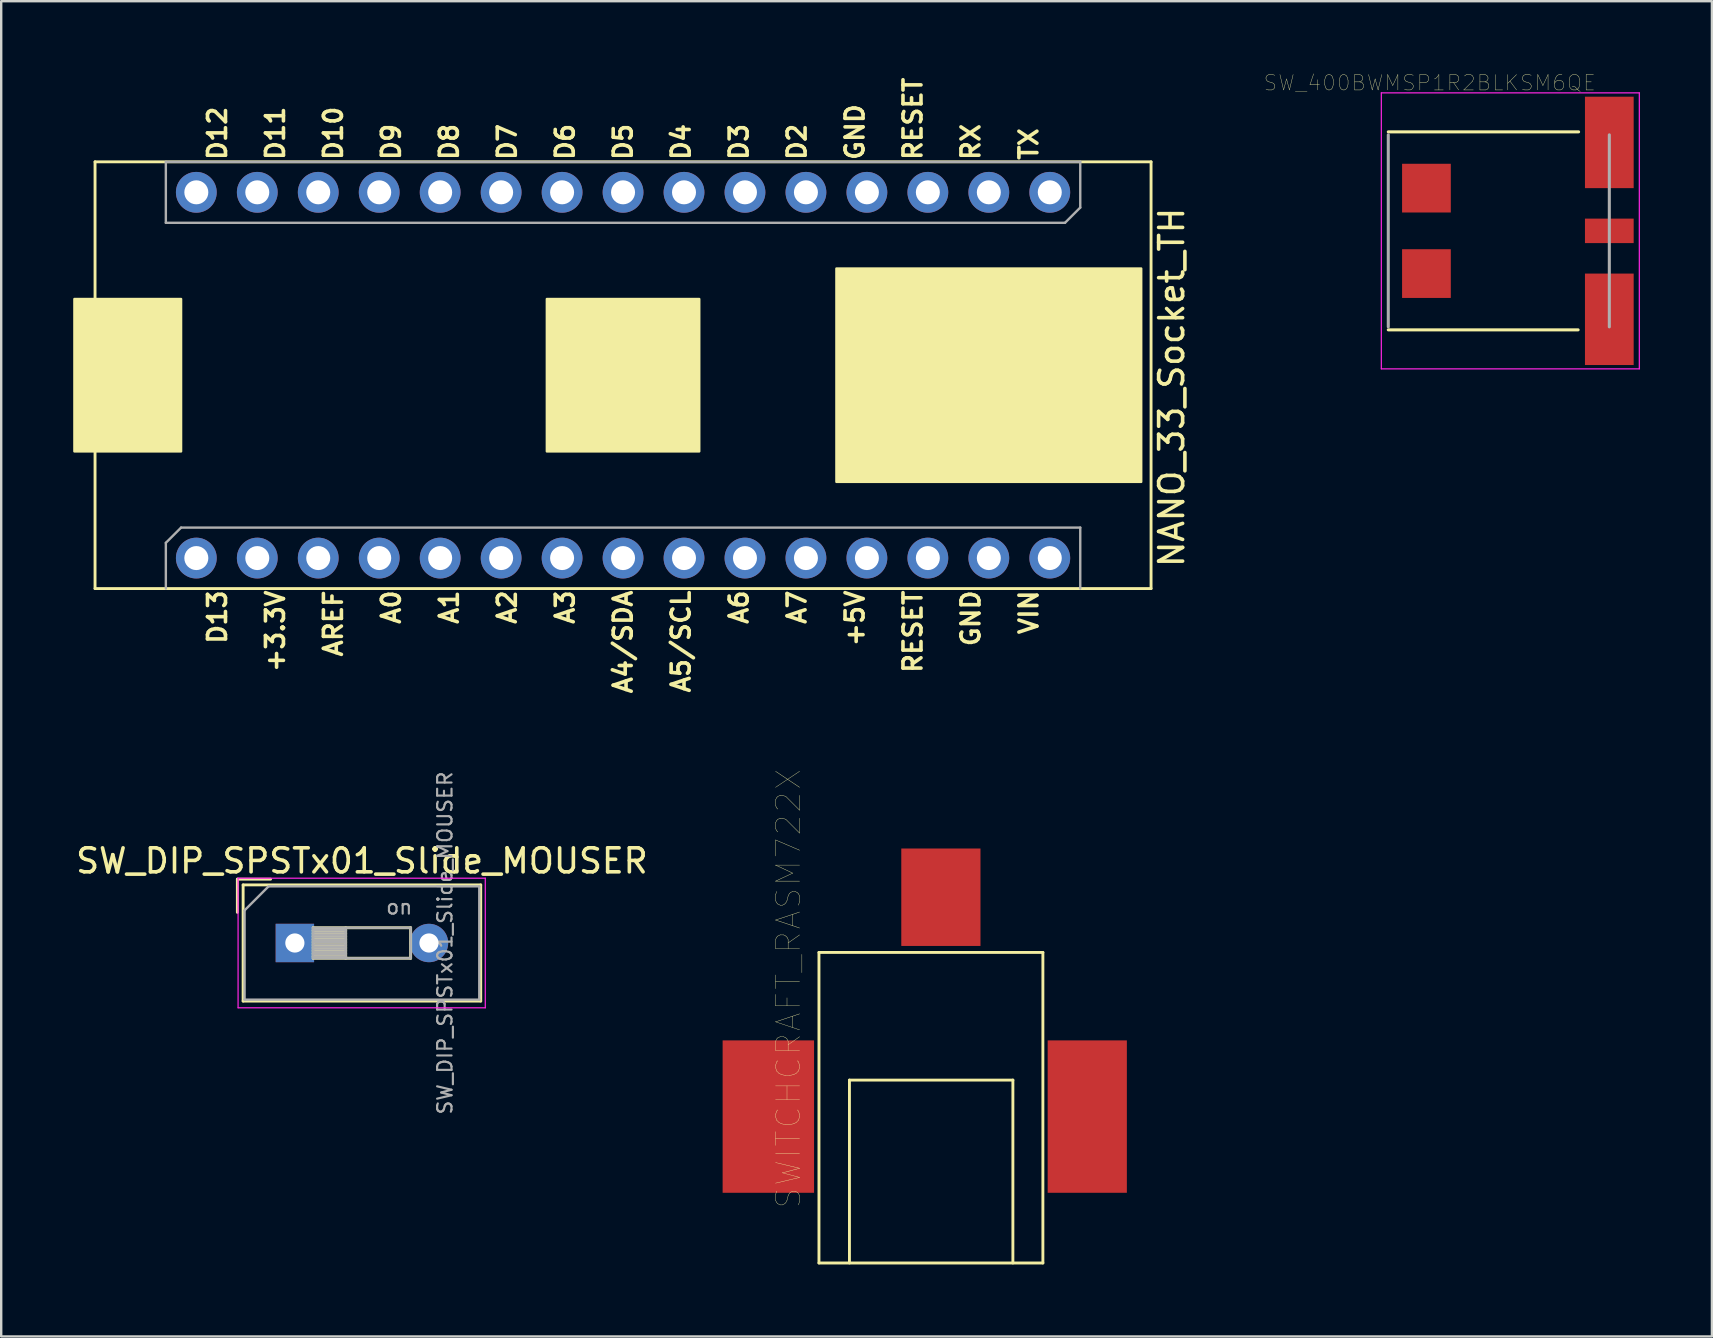
<source format=kicad_pcb>
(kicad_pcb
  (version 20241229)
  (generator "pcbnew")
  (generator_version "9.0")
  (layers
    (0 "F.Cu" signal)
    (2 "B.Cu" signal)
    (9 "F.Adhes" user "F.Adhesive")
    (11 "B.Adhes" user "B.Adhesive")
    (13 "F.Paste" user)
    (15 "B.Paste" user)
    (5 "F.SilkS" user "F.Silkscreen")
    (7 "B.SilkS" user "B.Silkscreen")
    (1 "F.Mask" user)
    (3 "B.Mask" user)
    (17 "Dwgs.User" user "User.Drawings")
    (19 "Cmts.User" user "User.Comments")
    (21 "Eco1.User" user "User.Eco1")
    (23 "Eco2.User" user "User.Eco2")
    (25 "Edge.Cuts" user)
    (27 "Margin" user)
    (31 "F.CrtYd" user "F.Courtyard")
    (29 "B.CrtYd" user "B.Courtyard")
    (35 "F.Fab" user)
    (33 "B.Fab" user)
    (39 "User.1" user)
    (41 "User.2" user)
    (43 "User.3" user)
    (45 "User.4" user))
  (footprint "SW_DIP_SPSTx01_Slide_MOUSER"
    (layer "F.Cu")
    (at 8.22 36.241)
    (property "Reference" "SW_DIP_SPSTx01_Slide_MOUSER" (at 3.81 -3.42 0) (layer "F.SilkS") (effects (font (size 1 1) (thickness 0.15))))
    (attr through_hole)
    (fp_line (start -1.38 -2.66) (end -1.38 -1.277) (stroke (width 0.12) (type solid)) (layer "F.SilkS"))
    (fp_line (start -1.38 -2.66) (end 0.004 -2.66) (stroke (width 0.12) (type solid)) (layer "F.SilkS"))
    (fp_line (start -1.14 -2.42) (end -1.14 2.42) (stroke (width 0.12) (type solid)) (layer "F.SilkS"))
    (fp_line (start -1.14 -2.42) (end 8.76 -2.42) (stroke (width 0.12) (type solid)) (layer "F.SilkS"))
    (fp_line (start -1.14 2.42) (end 8.76 2.42) (stroke (width 0.12) (type solid)) (layer "F.SilkS"))
    (fp_line (start 1.78 -0.635) (end 1.78 0.635) (stroke (width 0.12) (type solid)) (layer "F.SilkS"))
    (fp_line (start 1.78 -0.515) (end 3.133 -0.515) (stroke (width 0.12) (type solid)) (layer "F.SilkS"))
    (fp_line (start 1.78 -0.395) (end 3.133 -0.395) (stroke (width 0.12) (type solid)) (layer "F.SilkS"))
    (fp_line (start 1.78 -0.275) (end 3.133 -0.275) (stroke (width 0.12) (type solid)) (layer "F.SilkS"))
    (fp_line (start 1.78 -0.155) (end 3.133 -0.155) (stroke (width 0.12) (type solid)) (layer "F.SilkS"))
    (fp_line (start 1.78 -0.035) (end 3.133 -0.035) (stroke (width 0.12) (type solid)) (layer "F.SilkS"))
    (fp_line (start 1.78 0.085) (end 3.133 0.085) (stroke (width 0.12) (type solid)) (layer "F.SilkS"))
    (fp_line (start 1.78 0.205) (end 3.133 0.205) (stroke (width 0.12) (type solid)) (layer "F.SilkS"))
    (fp_line (start 1.78 0.325) (end 3.133 0.325) (stroke (width 0.12) (type solid)) (layer "F.SilkS"))
    (fp_line (start 1.78 0.445) (end 3.133 0.445) (stroke (width 0.12) (type solid)) (layer "F.SilkS"))
    (fp_line (start 1.78 0.565) (end 3.133 0.565) (stroke (width 0.12) (type solid)) (layer "F.SilkS"))
    (fp_line (start 1.78 0.635) (end 5.84 0.635) (stroke (width 0.12) (type solid)) (layer "F.SilkS"))
    (fp_line (start 3.133 -0.635) (end 3.133 0.635) (stroke (width 0.12) (type solid)) (layer "F.SilkS"))
    (fp_line (start 5.84 -0.635) (end 1.78 -0.635) (stroke (width 0.12) (type solid)) (layer "F.SilkS"))
    (fp_line (start 5.84 0.635) (end 5.84 -0.635) (stroke (width 0.12) (type solid)) (layer "F.SilkS"))
    (fp_line (start 8.76 -2.42) (end 8.76 2.42) (stroke (width 0.12) (type solid)) (layer "F.SilkS"))
    (fp_line (start -1.35 -2.7) (end -1.35 2.7) (stroke (width 0.05) (type solid)) (layer "F.CrtYd"))
    (fp_line (start -1.35 2.7) (end 8.95 2.7) (stroke (width 0.05) (type solid)) (layer "F.CrtYd"))
    (fp_line (start 8.95 -2.7) (end -1.35 -2.7) (stroke (width 0.05) (type solid)) (layer "F.CrtYd"))
    (fp_line (start 8.95 2.7) (end 8.95 -2.7) (stroke (width 0.05) (type solid)) (layer "F.CrtYd"))
    (fp_line (start -1.08 -1.36) (end -0.08 -2.36) (stroke (width 0.1) (type solid)) (layer "F.Fab"))
    (fp_line (start -1.08 2.36) (end -1.08 -1.36) (stroke (width 0.1) (type solid)) (layer "F.Fab"))
    (fp_line (start -0.08 -2.36) (end 8.7 -2.36) (stroke (width 0.1) (type solid)) (layer "F.Fab"))
    (fp_line (start 1.78 -0.635) (end 1.78 0.635) (stroke (width 0.1) (type solid)) (layer "F.Fab"))
    (fp_line (start 1.78 -0.535) (end 3.133 -0.535) (stroke (width 0.1) (type solid)) (layer "F.Fab"))
    (fp_line (start 1.78 -0.435) (end 3.133 -0.435) (stroke (width 0.1) (type solid)) (layer "F.Fab"))
    (fp_line (start 1.78 -0.335) (end 3.133 -0.335) (stroke (width 0.1) (type solid)) (layer "F.Fab"))
    (fp_line (start 1.78 -0.235) (end 3.133 -0.235) (stroke (width 0.1) (type solid)) (layer "F.Fab"))
    (fp_line (start 1.78 -0.135) (end 3.133 -0.135) (stroke (width 0.1) (type solid)) (layer "F.Fab"))
    (fp_line (start 1.78 -0.035) (end 3.133 -0.035) (stroke (width 0.1) (type solid)) (layer "F.Fab"))
    (fp_line (start 1.78 0.065) (end 3.133 0.065) (stroke (width 0.1) (type solid)) (layer "F.Fab"))
    (fp_line (start 1.78 0.165) (end 3.133 0.165) (stroke (width 0.1) (type solid)) (layer "F.Fab"))
    (fp_line (start 1.78 0.265) (end 3.133 0.265) (stroke (width 0.1) (type solid)) (layer "F.Fab"))
    (fp_line (start 1.78 0.365) (end 3.133 0.365) (stroke (width 0.1) (type solid)) (layer "F.Fab"))
    (fp_line (start 1.78 0.465) (end 3.133 0.465) (stroke (width 0.1) (type solid)) (layer "F.Fab"))
    (fp_line (start 1.78 0.565) (end 3.133 0.565) (stroke (width 0.1) (type solid)) (layer "F.Fab"))
    (fp_line (start 1.78 0.635) (end 5.84 0.635) (stroke (width 0.1) (type solid)) (layer "F.Fab"))
    (fp_line (start 3.133 -0.635) (end 3.133 0.635) (stroke (width 0.1) (type solid)) (layer "F.Fab"))
    (fp_line (start 5.84 -0.635) (end 1.78 -0.635) (stroke (width 0.1) (type solid)) (layer "F.Fab"))
    (fp_line (start 5.84 0.635) (end 5.84 -0.635) (stroke (width 0.1) (type solid)) (layer "F.Fab"))
    (fp_line (start 8.7 -2.36) (end 8.7 2.36) (stroke (width 0.1) (type solid)) (layer "F.Fab"))
    (fp_line (start 8.7 2.36) (end -1.08 2.36) (stroke (width 0.1) (type solid)) (layer "F.Fab"))
    (fp_text user "${REFERENCE}" (at 7.27 0 90) (layer "F.Fab") (effects (font (size 0.6 0.6) (thickness 0.09))))
    (fp_text user "on" (at 5.365 -1.498 0) (layer "F.Fab") (effects (font (size 0.6 0.6) (thickness 0.09))))
    (pad "1" thru_hole rect (at 1.016 0) (size 1.6 1.6) (drill 0.8) (layers "*.Cu" "*.Mask"))
    (pad "2" thru_hole oval (at 6.604 0) (size 1.6 1.6) (drill 0.8) (layers "*.Cu" "*.Mask")))
  (footprint "SW_400BWMSP1R2BLKSM6QE"
    (layer "F.Cu")
    (at 64.004 6.569)
    (property "Reference" "SW_400BWMSP1R2BLKSM6QE" (at -7.482 -6.168 0) (layer "F.SilkS") (effects (font (size 0.641 0.641) (thickness 0.015))))
    (attr through_hole)
    (fp_line (start -9.21 4.125) (end -1.3 4.125) (stroke (width 0.127) (type solid)) (layer "F.SilkS"))
    (fp_line (start -1.28 -4.125) (end -9.21 -4.125) (stroke (width 0.127) (type solid)) (layer "F.SilkS"))
    (fp_line (start -9.5 -5.75) (end -9.5 5.75) (stroke (width 0.05) (type solid)) (layer "F.CrtYd"))
    (fp_line (start -9.5 5.75) (end 1.25 5.75) (stroke (width 0.05) (type solid)) (layer "F.CrtYd"))
    (fp_line (start 1.25 -5.75) (end -9.5 -5.75) (stroke (width 0.05) (type solid)) (layer "F.CrtYd"))
    (fp_line (start 1.25 5.75) (end 1.25 -5.75) (stroke (width 0.05) (type solid)) (layer "F.CrtYd"))
    (fp_line (start -9.21 -4) (end -9.21 4) (stroke (width 0.127) (type solid)) (layer "F.Fab"))
    (fp_line (start 0 4) (end 0 -4) (stroke (width 0.127) (type solid)) (layer "F.Fab"))
    (pad "1" smd rect (at 0 3.685) (size 2.03 3.81) (layers "F.Cu" "F.Mask" "F.Paste"))
    (pad "2" smd rect (at 0 0) (size 2.03 1.02) (layers "F.Cu" "F.Mask" "F.Paste"))
    (pad "3" smd rect (at 0 -3.685) (size 2.03 3.81) (layers "F.Cu" "F.Mask" "F.Paste"))
    (pad "P$1" smd rect (at -7.62 -1.78) (size 2.03 2.03) (layers "F.Cu" "F.Mask" "F.Paste"))
    (pad "P$2" smd rect (at -7.62 1.78) (size 2.03 2.03) (layers "F.Cu" "F.Mask" "F.Paste")))
  (footprint "NANO_33_Socket_TH"
    (layer "F.Cu")
    (at 22.91 12.583)
    (property "Reference" "NANO_33_Socket_TH" (at 22.86 0.508 270) (layer "F.SilkS") (effects (font (size 1 1) (thickness 0.15))))
    (attr through_hole)
    (fp_line (start -22 -8.89) (end 22 -8.89) (stroke (width 0.12) (type solid)) (layer "F.SilkS"))
    (fp_line (start -22 8.89) (end -22 -8.89) (stroke (width 0.12) (type solid)) (layer "F.SilkS"))
    (fp_line (start -22 8.89) (end 22 8.89) (stroke (width 0.12) (type solid)) (layer "F.SilkS"))
    (fp_line (start 22 8.89) (end 22 -8.89) (stroke (width 0.12) (type solid)) (layer "F.SilkS"))
    (fp_poly (pts (xy -22.86 3.175) (xy -18.415 3.175) (xy -18.415 -3.175) (xy -22.86 -3.175)) (stroke (width 0.1) (type solid)) (fill yes) (layer "F.SilkS"))
    (fp_poly (pts (xy -3.175 3.175) (xy 3.175 3.175) (xy 3.175 -3.175) (xy -3.175 -3.175)) (stroke (width 0.1) (type solid)) (fill yes) (layer "F.SilkS"))
    (fp_poly (pts (xy 8.89 4.445) (xy 21.59 4.445) (xy 21.59 -4.445) (xy 8.89 -4.445)) (stroke (width 0.1) (type solid)) (fill yes) (layer "F.SilkS"))
    (fp_line (start -19.05 -8.89) (end 19.05 -8.89) (stroke (width 0.1) (type solid)) (layer "F.Fab"))
    (fp_line (start -19.05 -6.35) (end -19.05 -8.89) (stroke (width 0.1) (type solid)) (layer "F.Fab"))
    (fp_line (start -19.05 6.985) (end -18.415 6.35) (stroke (width 0.1) (type solid)) (layer "F.Fab"))
    (fp_line (start -19.05 8.89) (end -19.05 6.985) (stroke (width 0.1) (type solid)) (layer "F.Fab"))
    (fp_line (start -18.415 6.35) (end 19.05 6.35) (stroke (width 0.1) (type solid)) (layer "F.Fab"))
    (fp_line (start 18.415 -6.35) (end -19.05 -6.35) (stroke (width 0.1) (type solid)) (layer "F.Fab"))
    (fp_line (start 19.05 -8.89) (end 19.05 -6.985) (stroke (width 0.1) (type solid)) (layer "F.Fab"))
    (fp_line (start 19.05 -6.985) (end 18.415 -6.35) (stroke (width 0.1) (type solid)) (layer "F.Fab"))
    (fp_line (start 19.05 6.35) (end 19.05 8.89) (stroke (width 0.1) (type solid)) (layer "F.Fab"))
    (fp_text user "D13\n\n+3.3V\n\nAREF\n\nA0\n\nA1\n\nA2\n\nA3\n\nA4/SDA\n\nA5/SCL\n\nA6\n\nA7\n\n+5V\n\nRESET\n\nGND\n\nVIN" (at 0 8.89 90) (layer "F.SilkS") (effects (font (size 0.75 0.75) (thickness 0.15)) (justify right)))
    (fp_text user "D12\n\nD11\n\nD10\n\nD9\n\nD8\n\nD7\n\nD6\n\nD5\n\nD4\n\nD3\n\nD2\n\nGND\n\nRESET\n\nRX\n\nTX" (at 0 -8.89 90) (layer "F.SilkS") (effects (font (size 0.75 0.75) (thickness 0.15)) (justify left)))
    (pad "1" thru_hole circle (at -17.78 7.62 90) (size 1.7 1.7) (drill 1) (layers "*.Cu" "*.Mask"))
    (pad "2" thru_hole oval (at -15.24 7.62 90) (size 1.7 1.7) (drill 1) (layers "*.Cu" "*.Mask"))
    (pad "3" thru_hole oval (at -12.7 7.62 90) (size 1.7 1.7) (drill 1) (layers "*.Cu" "*.Mask"))
    (pad "4" thru_hole oval (at -10.16 7.62 90) (size 1.7 1.7) (drill 1) (layers "*.Cu" "*.Mask"))
    (pad "5" thru_hole oval (at -7.62 7.62 90) (size 1.7 1.7) (drill 1) (layers "*.Cu" "*.Mask"))
    (pad "6" thru_hole oval (at -5.08 7.62 90) (size 1.7 1.7) (drill 1) (layers "*.Cu" "*.Mask"))
    (pad "7" thru_hole oval (at -2.54 7.62 90) (size 1.7 1.7) (drill 1) (layers "*.Cu" "*.Mask"))
    (pad "8" thru_hole oval (at 0 7.62 90) (size 1.7 1.7) (drill 1) (layers "*.Cu" "*.Mask"))
    (pad "9" thru_hole oval (at 2.54 7.62 90) (size 1.7 1.7) (drill 1) (layers "*.Cu" "*.Mask"))
    (pad "10" thru_hole oval (at 5.08 7.62 90) (size 1.7 1.7) (drill 1) (layers "*.Cu" "*.Mask"))
    (pad "11" thru_hole oval (at 7.62 7.62 90) (size 1.7 1.7) (drill 1) (layers "*.Cu" "*.Mask"))
    (pad "12" thru_hole oval (at 10.16 7.62 90) (size 1.7 1.7) (drill 1) (layers "*.Cu" "*.Mask"))
    (pad "13" thru_hole oval (at 12.7 7.62 90) (size 1.7 1.7) (drill 1) (layers "*.Cu" "*.Mask"))
    (pad "14" thru_hole oval (at 15.24 7.62 90) (size 1.7 1.7) (drill 1) (layers "*.Cu" "*.Mask"))
    (pad "15" thru_hole oval (at 17.78 7.62 90) (size 1.7 1.7) (drill 1) (layers "*.Cu" "*.Mask"))
    (pad "16" thru_hole circle (at 17.78 -7.62 270) (size 1.7 1.7) (drill 1) (layers "*.Cu" "*.Mask"))
    (pad "17" thru_hole oval (at 15.24 -7.62 270) (size 1.7 1.7) (drill 1) (layers "*.Cu" "*.Mask"))
    (pad "18" thru_hole oval (at 12.7 -7.62 270) (size 1.7 1.7) (drill 1) (layers "*.Cu" "*.Mask"))
    (pad "19" thru_hole oval (at 10.16 -7.62 270) (size 1.7 1.7) (drill 1) (layers "*.Cu" "*.Mask"))
    (pad "20" thru_hole oval (at 7.62 -7.62 270) (size 1.7 1.7) (drill 1) (layers "*.Cu" "*.Mask"))
    (pad "21" thru_hole oval (at 5.08 -7.62 270) (size 1.7 1.7) (drill 1) (layers "*.Cu" "*.Mask"))
    (pad "22" thru_hole oval (at 2.54 -7.62 270) (size 1.7 1.7) (drill 1) (layers "*.Cu" "*.Mask"))
    (pad "23" thru_hole oval (at 0 -7.62 270) (size 1.7 1.7) (drill 1) (layers "*.Cu" "*.Mask"))
    (pad "24" thru_hole oval (at -2.54 -7.62 270) (size 1.7 1.7) (drill 1) (layers "*.Cu" "*.Mask"))
    (pad "25" thru_hole oval (at -5.08 -7.62 270) (size 1.7 1.7) (drill 1) (layers "*.Cu" "*.Mask"))
    (pad "26" thru_hole oval (at -7.62 -7.62 270) (size 1.7 1.7) (drill 1) (layers "*.Cu" "*.Mask"))
    (pad "27" thru_hole oval (at -10.16 -7.62 270) (size 1.7 1.7) (drill 1) (layers "*.Cu" "*.Mask"))
    (pad "28" thru_hole oval (at -12.7 -7.62 270) (size 1.7 1.7) (drill 1) (layers "*.Cu" "*.Mask"))
    (pad "29" thru_hole oval (at -15.24 -7.62 270) (size 1.7 1.7) (drill 1) (layers "*.Cu" "*.Mask"))
    (pad "30" thru_hole oval (at -17.78 -7.62 270) (size 1.7 1.7) (drill 1) (layers "*.Cu" "*.Mask")))
  (footprint "SWITCHCRAFT_RASM722X"
    (layer "F.Cu")
    (at 36.153 34.334)
    (property "Reference" "SWITCHCRAFT_RASM722X" (at -6.35 3.81 90) (layer "F.SilkS") (effects (font (size 1.001 1.001) (thickness 0.015))))
    (attr through_hole)
    (fp_line (start -5.08 2.3) (end 4.25 2.3) (stroke (width 0.12) (type solid)) (layer "F.SilkS"))
    (fp_line (start -5.08 15.24) (end -5.08 2.3) (stroke (width 0.12) (type solid)) (layer "F.SilkS"))
    (fp_line (start -3.81 7.62) (end 3 7.62) (stroke (width 0.12) (type solid)) (layer "F.SilkS"))
    (fp_line (start -3.81 15.24) (end -3.81 7.62) (stroke (width 0.12) (type solid)) (layer "F.SilkS"))
    (fp_line (start 3 7.62) (end 3 15.24) (stroke (width 0.12) (type solid)) (layer "F.SilkS"))
    (fp_line (start 4.25 2.3) (end 4.25 15.24) (stroke (width 0.12) (type solid)) (layer "F.SilkS"))
    (fp_line (start 4.25 15.24) (end -5.08 15.24) (stroke (width 0.12) (type solid)) (layer "F.SilkS"))
    (pad "PIN" smd rect (at 0 0) (size 3.3 4.06) (layers "F.Cu" "F.Mask" "F.Paste"))
    (pad "SHUNT" smd rect (at 6.099 9.14) (size 3.3 6.35) (layers "F.Cu" "F.Mask" "F.Paste"))
    (pad "SLEEVE" smd rect (at -7.189 9.14) (size 3.81 6.35) (layers "F.Cu" "F.Mask" "F.Paste")))
  (gr_rect
    (start -3 -3)
    (end 68.279 52.634)
    (stroke (width 0.1) (type default))
    (fill no)
    (layer "Edge.Cuts")))
</source>
